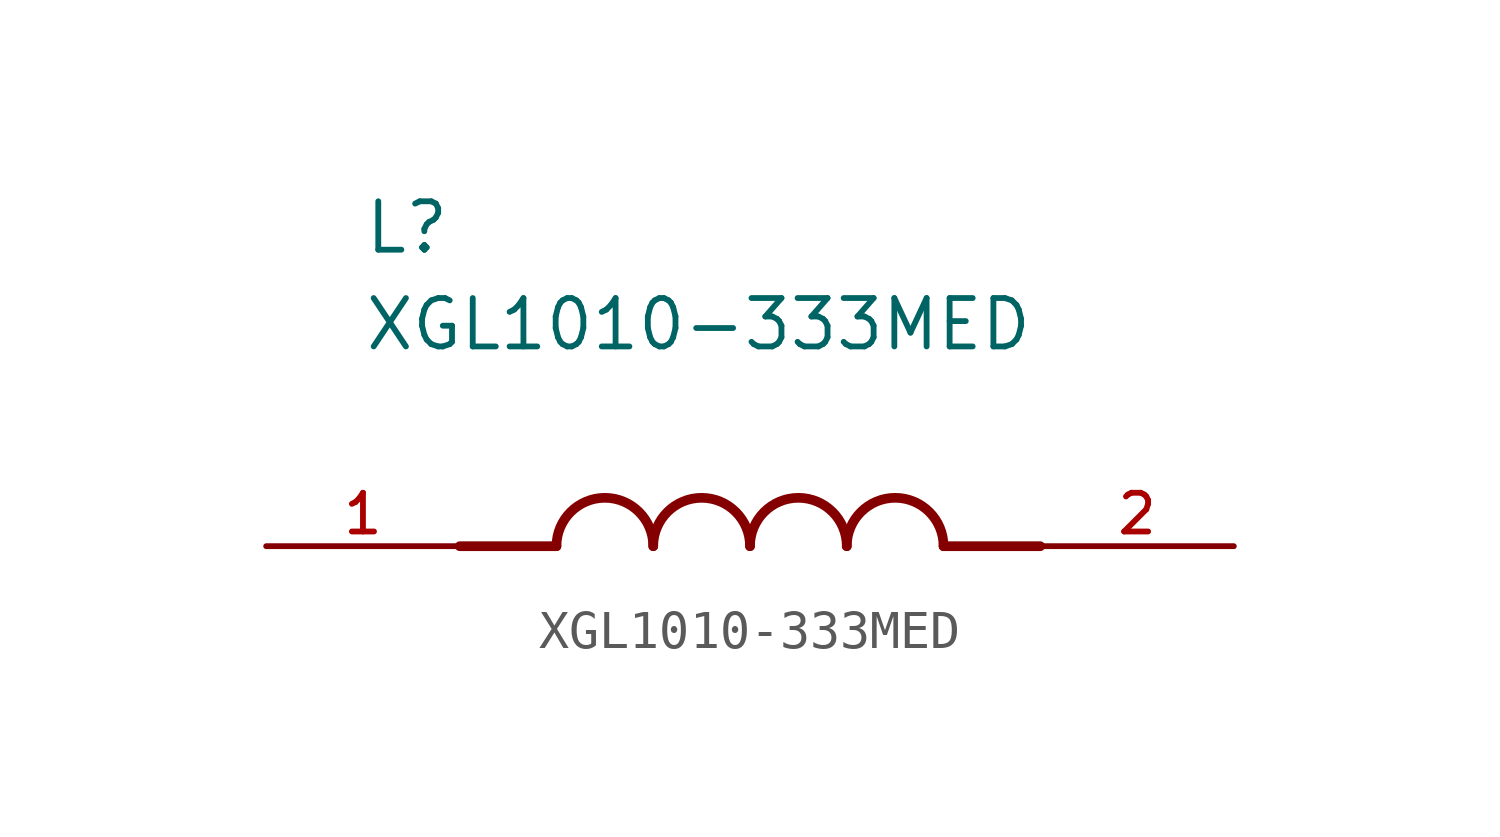
<source format=kicad_sym>
(kicad_symbol_lib
  (version 20211014)
  (generator kicad_symbol_editor)
  (symbol "XGL1010-333MED"
    (pin_names
      (offset 1.016))
    (property "Reference" "L"
      (at -10.16 7.62 0)
      (effects (font (size 1.27 1.27)) (justify bottom left)))
    (property "Value" "XGL1010-333MED"
      (at -10.16 5.08 0)
      (effects (font (size 1.27 1.27)) (justify bottom left)))
    (symbol "XGL1010-333MED_0_0"
      (polyline (pts (xy -5.08 0.0) (xy -7.62 0.0)) (stroke (width 0.254)))
      (polyline (pts (xy 5.08 0.0) (xy 7.62 0.0)) (stroke (width 0.254)))
      (arc (start -2.54 0.0) (mid -3.81 1.27) (end -5.08 0.0) (stroke (width 0.254) (type default) (color 0 0 0 0)) (fill (type none)))
      (arc (start 0.0 0.0) (mid -1.27 1.27) (end -2.54 0.0) (stroke (width 0.254) (type default) (color 0 0 0 0)) (fill (type none)))
      (arc (start 2.54 0.0) (mid 1.27 1.27) (end 0.0 0.0) (stroke (width 0.254) (type default) (color 0 0 0 0)) (fill (type none)))
      (arc (start 5.08 0.0) (mid 3.81 1.27) (end 2.54 0.0) (stroke (width 0.254) (type default) (color 0 0 0 0)) (fill (type none)))
      (pin passive line (at -12.7 0.0 0) (length 5.08) (name "~" (effects (font (size 1.016 1.016)))) (number "1" (effects (font (size 1.016 1.016)))))
      (pin passive line (at 12.7 0.0 180.0) (length 5.08) (name "~" (effects (font (size 1.016 1.016)))) (number "2" (effects (font (size 1.016 1.016))))))))
</source>
